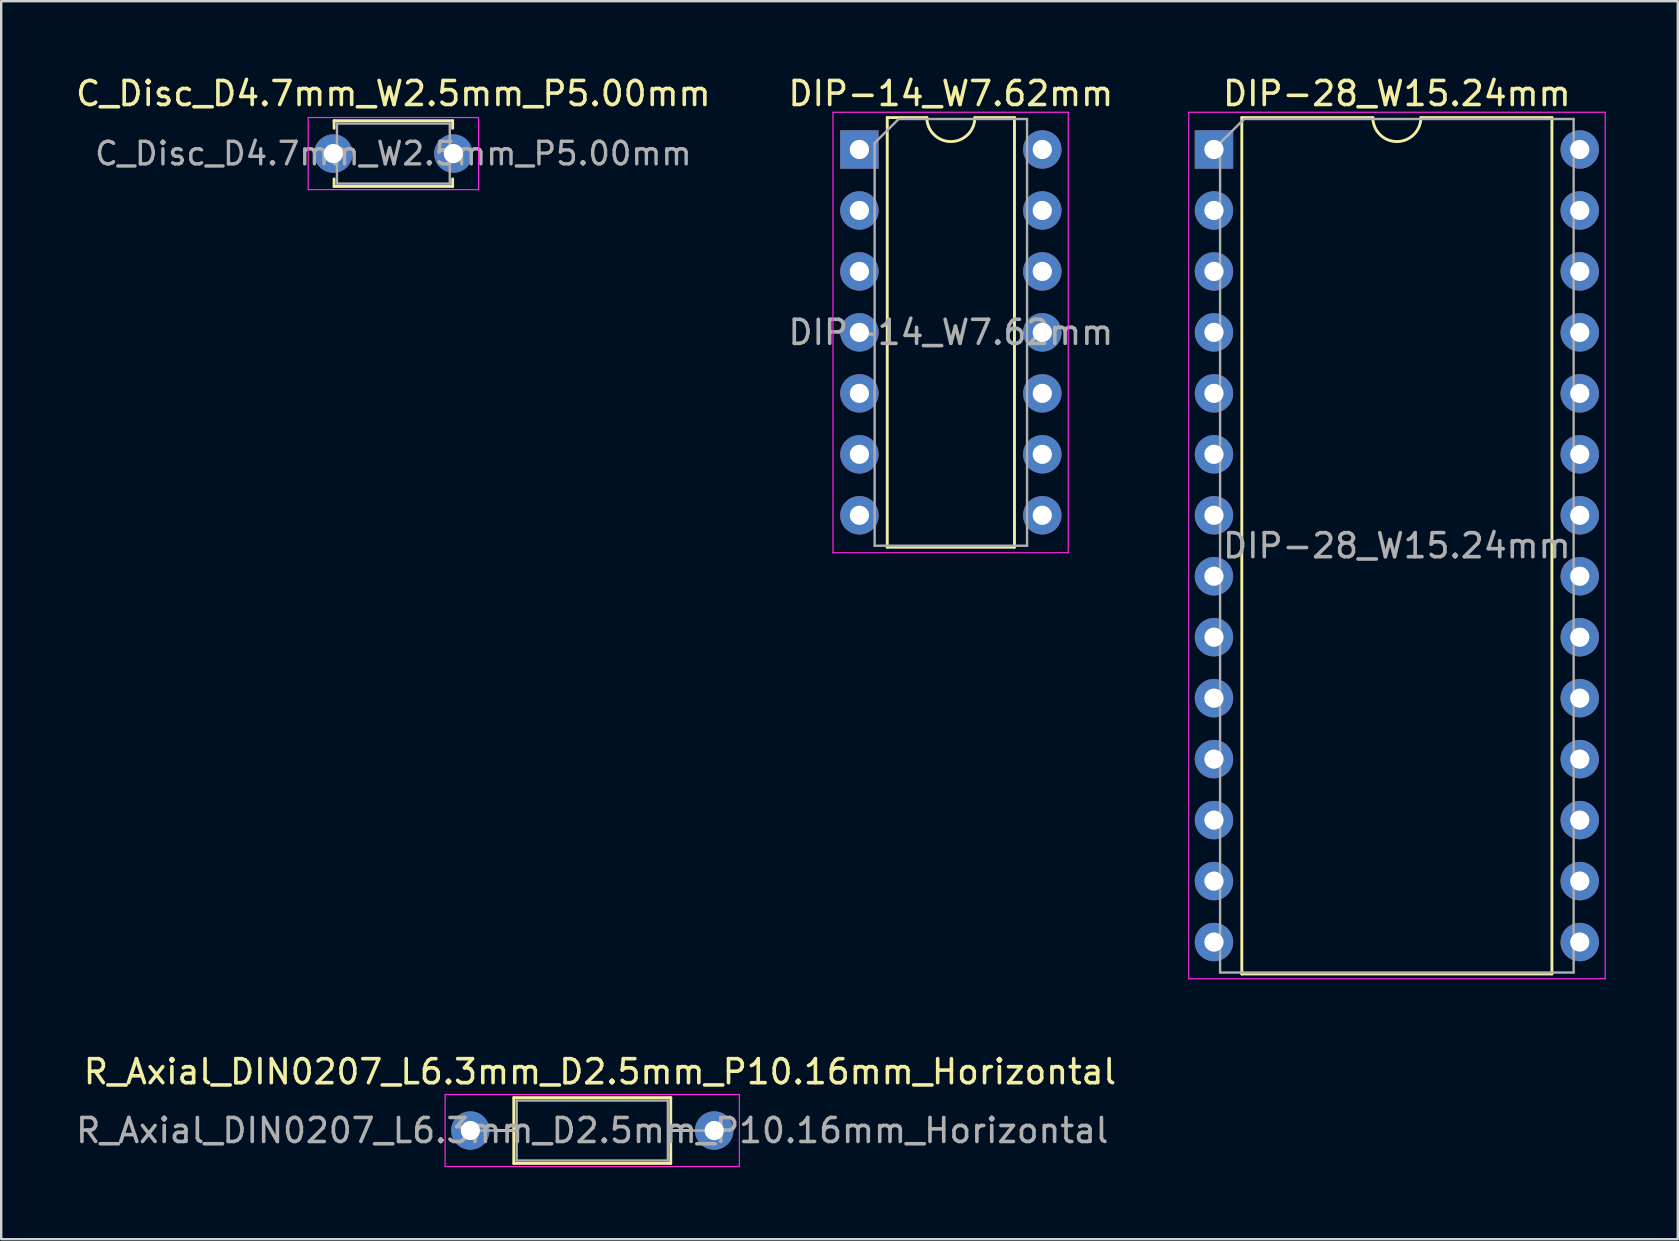
<source format=kicad_pcb>
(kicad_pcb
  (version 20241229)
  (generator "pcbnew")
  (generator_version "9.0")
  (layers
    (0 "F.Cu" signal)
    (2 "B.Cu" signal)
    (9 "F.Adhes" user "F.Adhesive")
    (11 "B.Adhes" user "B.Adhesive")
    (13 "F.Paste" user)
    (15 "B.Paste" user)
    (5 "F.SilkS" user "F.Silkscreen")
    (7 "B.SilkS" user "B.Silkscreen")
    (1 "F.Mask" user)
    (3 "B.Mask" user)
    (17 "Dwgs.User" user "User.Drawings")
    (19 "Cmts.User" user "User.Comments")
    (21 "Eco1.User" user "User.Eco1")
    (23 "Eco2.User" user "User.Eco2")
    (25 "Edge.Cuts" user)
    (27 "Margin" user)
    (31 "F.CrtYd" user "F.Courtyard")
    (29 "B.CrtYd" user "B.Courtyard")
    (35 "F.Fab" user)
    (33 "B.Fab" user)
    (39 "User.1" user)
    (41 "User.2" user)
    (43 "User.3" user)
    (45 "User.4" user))
  (footprint "DIP-14_W7.62mm"
    (layer "F.Cu")
    (at 32.755 3.178)
    (property "Reference" "DIP-14_W7.62mm" (at 3.81 -2.33 0) (layer "F.SilkS") (effects (font (size 1 1) (thickness 0.15))))
    (attr through_hole)
    (fp_line (start 1.16 -1.33) (end 1.16 16.57) (stroke (width 0.12) (type solid)) (layer "F.SilkS"))
    (fp_line (start 1.16 16.57) (end 6.46 16.57) (stroke (width 0.12) (type solid)) (layer "F.SilkS"))
    (fp_line (start 2.81 -1.33) (end 1.16 -1.33) (stroke (width 0.12) (type solid)) (layer "F.SilkS"))
    (fp_line (start 6.46 -1.33) (end 4.81 -1.33) (stroke (width 0.12) (type solid)) (layer "F.SilkS"))
    (fp_line (start 6.46 16.57) (end 6.46 -1.33) (stroke (width 0.12) (type solid)) (layer "F.SilkS"))
    (fp_arc (start 4.81 -1.33) (mid 3.81 -0.33) (end 2.81 -1.33) (stroke (width 0.12) (type solid)) (layer "F.SilkS"))
    (fp_line (start -1.1 -1.55) (end -1.1 16.8) (stroke (width 0.05) (type solid)) (layer "F.CrtYd"))
    (fp_line (start -1.1 16.8) (end 8.7 16.8) (stroke (width 0.05) (type solid)) (layer "F.CrtYd"))
    (fp_line (start 8.7 -1.55) (end -1.1 -1.55) (stroke (width 0.05) (type solid)) (layer "F.CrtYd"))
    (fp_line (start 8.7 16.8) (end 8.7 -1.55) (stroke (width 0.05) (type solid)) (layer "F.CrtYd"))
    (fp_line (start 0.635 -0.27) (end 1.635 -1.27) (stroke (width 0.1) (type solid)) (layer "F.Fab"))
    (fp_line (start 0.635 16.51) (end 0.635 -0.27) (stroke (width 0.1) (type solid)) (layer "F.Fab"))
    (fp_line (start 1.635 -1.27) (end 6.985 -1.27) (stroke (width 0.1) (type solid)) (layer "F.Fab"))
    (fp_line (start 6.985 -1.27) (end 6.985 16.51) (stroke (width 0.1) (type solid)) (layer "F.Fab"))
    (fp_line (start 6.985 16.51) (end 0.635 16.51) (stroke (width 0.1) (type solid)) (layer "F.Fab"))
    (fp_text user "${REFERENCE}" (at 3.81 7.62 0) (layer "F.Fab") (effects (font (size 1 1) (thickness 0.15))))
    (pad "1" thru_hole rect (at 0 0) (size 1.6 1.6) (drill 0.8) (layers "*.Cu" "*.Mask"))
    (pad "2" thru_hole oval (at 0 2.54) (size 1.6 1.6) (drill 0.8) (layers "*.Cu" "*.Mask"))
    (pad "3" thru_hole oval (at 0 5.08) (size 1.6 1.6) (drill 0.8) (layers "*.Cu" "*.Mask"))
    (pad "4" thru_hole oval (at 0 7.62) (size 1.6 1.6) (drill 0.8) (layers "*.Cu" "*.Mask"))
    (pad "5" thru_hole oval (at 0 10.16) (size 1.6 1.6) (drill 0.8) (layers "*.Cu" "*.Mask"))
    (pad "6" thru_hole oval (at 0 12.7) (size 1.6 1.6) (drill 0.8) (layers "*.Cu" "*.Mask"))
    (pad "7" thru_hole oval (at 0 15.24) (size 1.6 1.6) (drill 0.8) (layers "*.Cu" "*.Mask"))
    (pad "8" thru_hole oval (at 7.62 15.24) (size 1.6 1.6) (drill 0.8) (layers "*.Cu" "*.Mask"))
    (pad "9" thru_hole oval (at 7.62 12.7) (size 1.6 1.6) (drill 0.8) (layers "*.Cu" "*.Mask"))
    (pad "10" thru_hole oval (at 7.62 10.16) (size 1.6 1.6) (drill 0.8) (layers "*.Cu" "*.Mask"))
    (pad "11" thru_hole oval (at 7.62 7.62) (size 1.6 1.6) (drill 0.8) (layers "*.Cu" "*.Mask"))
    (pad "12" thru_hole oval (at 7.62 5.08) (size 1.6 1.6) (drill 0.8) (layers "*.Cu" "*.Mask"))
    (pad "13" thru_hole oval (at 7.62 2.54) (size 1.6 1.6) (drill 0.8) (layers "*.Cu" "*.Mask"))
    (pad "14" thru_hole oval (at 7.62 0) (size 1.6 1.6) (drill 0.8) (layers "*.Cu" "*.Mask")))
  (footprint "R_Axial_DIN0207_L6.3mm_D2.5mm_P10.16mm_Horizontal"
    (layer "F.Cu")
    (at 16.545 44.051)
    (property "Reference" "R_Axial_DIN0207_L6.3mm_D2.5mm_P10.16mm_Horizontal" (at 5.4 -2.45 180) (layer "F.SilkS") (effects (font (size 1 1) (thickness 0.15))))
    (attr through_hole)
    (fp_line (start 1.04 0) (end 1.81 0) (stroke (width 0.12) (type solid)) (layer "F.SilkS"))
    (fp_line (start 1.81 -1.37) (end 1.81 1.37) (stroke (width 0.12) (type solid)) (layer "F.SilkS"))
    (fp_line (start 1.81 1.37) (end 8.35 1.37) (stroke (width 0.12) (type solid)) (layer "F.SilkS"))
    (fp_line (start 8.35 -1.37) (end 1.81 -1.37) (stroke (width 0.12) (type solid)) (layer "F.SilkS"))
    (fp_line (start 8.35 1.37) (end 8.35 -1.37) (stroke (width 0.12) (type solid)) (layer "F.SilkS"))
    (fp_line (start 9.12 0) (end 8.35 0) (stroke (width 0.12) (type solid)) (layer "F.SilkS"))
    (fp_line (start -1.05 -1.5) (end -1.05 1.5) (stroke (width 0.05) (type solid)) (layer "F.CrtYd"))
    (fp_line (start -1.05 1.5) (end 11.21 1.5) (stroke (width 0.05) (type solid)) (layer "F.CrtYd"))
    (fp_line (start 11.21 -1.5) (end -1.05 -1.5) (stroke (width 0.05) (type solid)) (layer "F.CrtYd"))
    (fp_line (start 11.21 1.5) (end 11.21 -1.5) (stroke (width 0.05) (type solid)) (layer "F.CrtYd"))
    (fp_line (start 0 0) (end 1.93 0) (stroke (width 0.1) (type solid)) (layer "F.Fab"))
    (fp_line (start 1.93 -1.25) (end 1.93 1.25) (stroke (width 0.1) (type solid)) (layer "F.Fab"))
    (fp_line (start 1.93 1.25) (end 8.23 1.25) (stroke (width 0.1) (type solid)) (layer "F.Fab"))
    (fp_line (start 8.23 -1.25) (end 1.93 -1.25) (stroke (width 0.1) (type solid)) (layer "F.Fab"))
    (fp_line (start 8.23 1.25) (end 8.23 -1.25) (stroke (width 0.1) (type solid)) (layer "F.Fab"))
    (fp_line (start 10.16 0) (end 8.23 0) (stroke (width 0.1) (type solid)) (layer "F.Fab"))
    (fp_text user "${REFERENCE}" (at 5.08 0 180) (layer "F.Fab") (effects (font (size 1 1) (thickness 0.15))))
    (pad "1" thru_hole circle (at 0 0) (size 1.6 1.6) (drill 0.8) (layers "*.Cu" "*.Mask"))
    (pad "2" thru_hole oval (at 10.16 0) (size 1.6 1.6) (drill 0.8) (layers "*.Cu" "*.Mask")))
  (footprint "DIP-28_W15.24mm"
    (layer "F.Cu")
    (at 47.527 3.178)
    (property "Reference" "DIP-28_W15.24mm" (at 7.62 -2.33 180) (layer "F.SilkS") (effects (font (size 1 1) (thickness 0.15))))
    (attr through_hole)
    (fp_line (start 1.16 -1.33) (end 1.16 34.35) (stroke (width 0.12) (type solid)) (layer "F.SilkS"))
    (fp_line (start 1.16 34.35) (end 14.08 34.35) (stroke (width 0.12) (type solid)) (layer "F.SilkS"))
    (fp_line (start 6.62 -1.33) (end 1.16 -1.33) (stroke (width 0.12) (type solid)) (layer "F.SilkS"))
    (fp_line (start 14.08 -1.33) (end 8.62 -1.33) (stroke (width 0.12) (type solid)) (layer "F.SilkS"))
    (fp_line (start 14.08 34.35) (end 14.08 -1.33) (stroke (width 0.12) (type solid)) (layer "F.SilkS"))
    (fp_arc (start 8.62 -1.33) (mid 7.62 -0.33) (end 6.62 -1.33) (stroke (width 0.12) (type solid)) (layer "F.SilkS"))
    (fp_line (start -1.05 -1.55) (end -1.05 34.55) (stroke (width 0.05) (type solid)) (layer "F.CrtYd"))
    (fp_line (start -1.05 34.55) (end 16.3 34.55) (stroke (width 0.05) (type solid)) (layer "F.CrtYd"))
    (fp_line (start 16.3 -1.55) (end -1.05 -1.55) (stroke (width 0.05) (type solid)) (layer "F.CrtYd"))
    (fp_line (start 16.3 34.55) (end 16.3 -1.55) (stroke (width 0.05) (type solid)) (layer "F.CrtYd"))
    (fp_line (start 0.255 -0.27) (end 1.255 -1.27) (stroke (width 0.1) (type solid)) (layer "F.Fab"))
    (fp_line (start 0.255 34.29) (end 0.255 -0.27) (stroke (width 0.1) (type solid)) (layer "F.Fab"))
    (fp_line (start 1.255 -1.27) (end 14.985 -1.27) (stroke (width 0.1) (type solid)) (layer "F.Fab"))
    (fp_line (start 14.985 -1.27) (end 14.985 34.29) (stroke (width 0.1) (type solid)) (layer "F.Fab"))
    (fp_line (start 14.985 34.29) (end 0.255 34.29) (stroke (width 0.1) (type solid)) (layer "F.Fab"))
    (fp_text user "${REFERENCE}" (at 7.62 16.51 180) (layer "F.Fab") (effects (font (size 1 1) (thickness 0.15))))
    (pad "1" thru_hole rect (at 0 0) (size 1.6 1.6) (drill 0.8) (layers "*.Cu" "*.Mask"))
    (pad "2" thru_hole oval (at 0 2.54) (size 1.6 1.6) (drill 0.8) (layers "*.Cu" "*.Mask"))
    (pad "3" thru_hole oval (at 0 5.08) (size 1.6 1.6) (drill 0.8) (layers "*.Cu" "*.Mask"))
    (pad "4" thru_hole oval (at 0 7.62) (size 1.6 1.6) (drill 0.8) (layers "*.Cu" "*.Mask"))
    (pad "5" thru_hole oval (at 0 10.16) (size 1.6 1.6) (drill 0.8) (layers "*.Cu" "*.Mask"))
    (pad "6" thru_hole oval (at 0 12.7) (size 1.6 1.6) (drill 0.8) (layers "*.Cu" "*.Mask"))
    (pad "7" thru_hole oval (at 0 15.24) (size 1.6 1.6) (drill 0.8) (layers "*.Cu" "*.Mask"))
    (pad "8" thru_hole oval (at 0 17.78) (size 1.6 1.6) (drill 0.8) (layers "*.Cu" "*.Mask"))
    (pad "9" thru_hole oval (at 0 20.32) (size 1.6 1.6) (drill 0.8) (layers "*.Cu" "*.Mask"))
    (pad "10" thru_hole oval (at 0 22.86) (size 1.6 1.6) (drill 0.8) (layers "*.Cu" "*.Mask"))
    (pad "11" thru_hole oval (at 0 25.4) (size 1.6 1.6) (drill 0.8) (layers "*.Cu" "*.Mask"))
    (pad "12" thru_hole oval (at 0 27.94) (size 1.6 1.6) (drill 0.8) (layers "*.Cu" "*.Mask"))
    (pad "13" thru_hole oval (at 0 30.48) (size 1.6 1.6) (drill 0.8) (layers "*.Cu" "*.Mask"))
    (pad "14" thru_hole oval (at 0 33.02) (size 1.6 1.6) (drill 0.8) (layers "*.Cu" "*.Mask"))
    (pad "15" thru_hole oval (at 15.24 33.02) (size 1.6 1.6) (drill 0.8) (layers "*.Cu" "*.Mask"))
    (pad "16" thru_hole oval (at 15.24 30.48) (size 1.6 1.6) (drill 0.8) (layers "*.Cu" "*.Mask"))
    (pad "17" thru_hole oval (at 15.24 27.94) (size 1.6 1.6) (drill 0.8) (layers "*.Cu" "*.Mask"))
    (pad "18" thru_hole oval (at 15.24 25.4) (size 1.6 1.6) (drill 0.8) (layers "*.Cu" "*.Mask"))
    (pad "19" thru_hole oval (at 15.24 22.86) (size 1.6 1.6) (drill 0.8) (layers "*.Cu" "*.Mask"))
    (pad "20" thru_hole oval (at 15.24 20.32) (size 1.6 1.6) (drill 0.8) (layers "*.Cu" "*.Mask"))
    (pad "21" thru_hole oval (at 15.24 17.78) (size 1.6 1.6) (drill 0.8) (layers "*.Cu" "*.Mask"))
    (pad "22" thru_hole oval (at 15.24 15.24) (size 1.6 1.6) (drill 0.8) (layers "*.Cu" "*.Mask"))
    (pad "23" thru_hole oval (at 15.24 12.7) (size 1.6 1.6) (drill 0.8) (layers "*.Cu" "*.Mask"))
    (pad "24" thru_hole oval (at 15.24 10.16) (size 1.6 1.6) (drill 0.8) (layers "*.Cu" "*.Mask"))
    (pad "25" thru_hole oval (at 15.24 7.62) (size 1.6 1.6) (drill 0.8) (layers "*.Cu" "*.Mask"))
    (pad "26" thru_hole oval (at 15.24 5.08) (size 1.6 1.6) (drill 0.8) (layers "*.Cu" "*.Mask"))
    (pad "27" thru_hole oval (at 15.24 2.54) (size 1.6 1.6) (drill 0.8) (layers "*.Cu" "*.Mask"))
    (pad "28" thru_hole oval (at 15.24 0) (size 1.6 1.6) (drill 0.8) (layers "*.Cu" "*.Mask")))
  (footprint "C_Disc_D4.7mm_W2.5mm_P5.00mm"
    (layer "F.Cu")
    (at 10.839 3.348)
    (property "Reference" "C_Disc_D4.7mm_W2.5mm_P5.00mm" (at 2.5 -2.5 180) (layer "F.SilkS") (effects (font (size 1 1) (thickness 0.15))))
    (attr through_hole)
    (fp_line (start 0.03 -1.37) (end 0.03 -1.055) (stroke (width 0.12) (type solid)) (layer "F.SilkS"))
    (fp_line (start 0.03 -1.37) (end 4.97 -1.37) (stroke (width 0.12) (type solid)) (layer "F.SilkS"))
    (fp_line (start 0.03 1.055) (end 0.03 1.37) (stroke (width 0.12) (type solid)) (layer "F.SilkS"))
    (fp_line (start 0.03 1.37) (end 4.97 1.37) (stroke (width 0.12) (type solid)) (layer "F.SilkS"))
    (fp_line (start 4.97 -1.37) (end 4.97 -1.055) (stroke (width 0.12) (type solid)) (layer "F.SilkS"))
    (fp_line (start 4.97 1.055) (end 4.97 1.37) (stroke (width 0.12) (type solid)) (layer "F.SilkS"))
    (fp_line (start -1.05 -1.5) (end -1.05 1.5) (stroke (width 0.05) (type solid)) (layer "F.CrtYd"))
    (fp_line (start -1.05 1.5) (end 6.05 1.5) (stroke (width 0.05) (type solid)) (layer "F.CrtYd"))
    (fp_line (start 6.05 -1.5) (end -1.05 -1.5) (stroke (width 0.05) (type solid)) (layer "F.CrtYd"))
    (fp_line (start 6.05 1.5) (end 6.05 -1.5) (stroke (width 0.05) (type solid)) (layer "F.CrtYd"))
    (fp_line (start 0.15 -1.25) (end 0.15 1.25) (stroke (width 0.1) (type solid)) (layer "F.Fab"))
    (fp_line (start 0.15 1.25) (end 4.85 1.25) (stroke (width 0.1) (type solid)) (layer "F.Fab"))
    (fp_line (start 4.85 -1.25) (end 0.15 -1.25) (stroke (width 0.1) (type solid)) (layer "F.Fab"))
    (fp_line (start 4.85 1.25) (end 4.85 -1.25) (stroke (width 0.1) (type solid)) (layer "F.Fab"))
    (fp_text user "${REFERENCE}" (at 2.5 0 180) (layer "F.Fab") (effects (font (size 0.94 0.94) (thickness 0.141))))
    (pad "1" thru_hole circle (at 0 0) (size 1.6 1.6) (drill 0.8) (layers "*.Cu" "*.Mask"))
    (pad "2" thru_hole circle (at 5 0) (size 1.6 1.6) (drill 0.8) (layers "*.Cu" "*.Mask")))
  (gr_rect
    (start -3 -3)
    (end 66.852 48.577)
    (stroke (width 0.1) (type default))
    (fill no)
    (layer "Edge.Cuts")))
</source>
